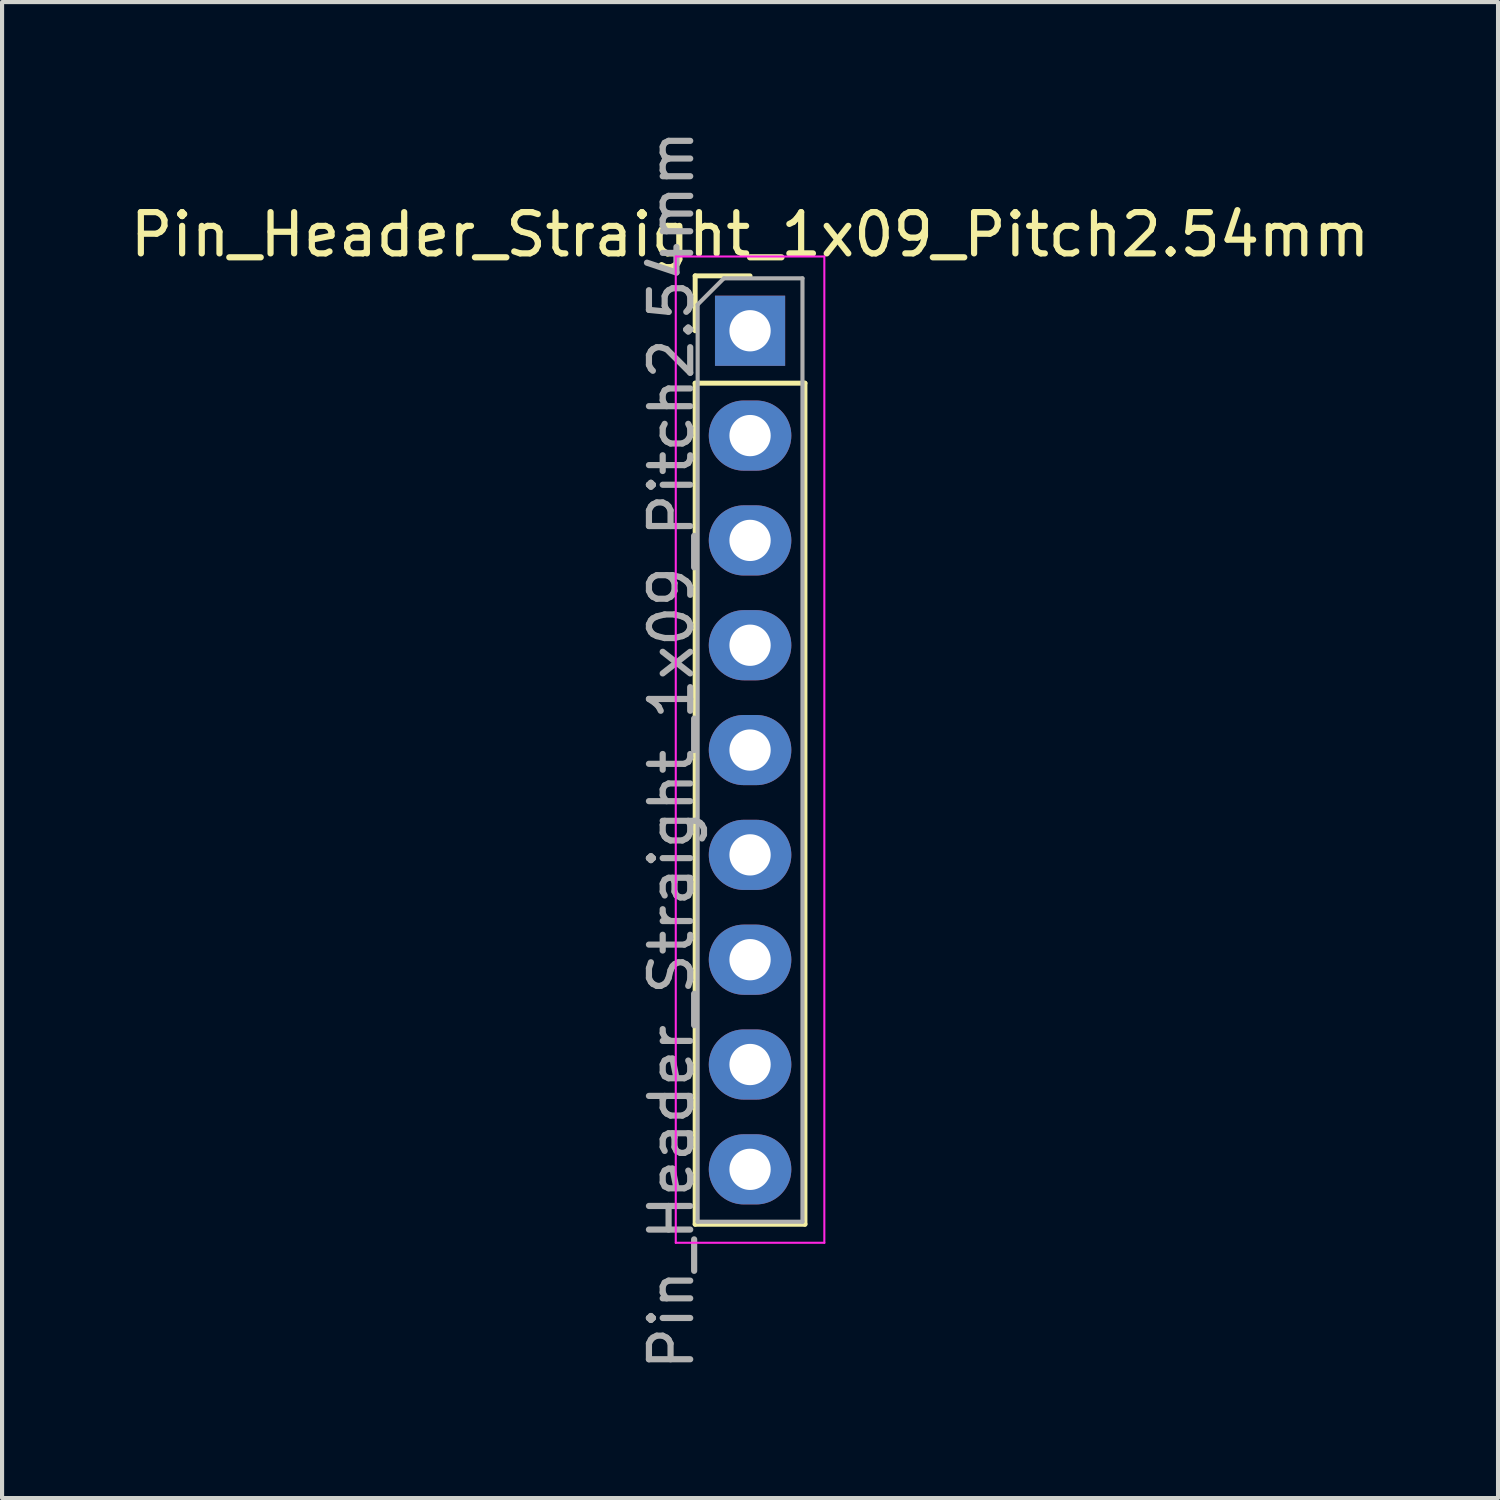
<source format=kicad_pcb>
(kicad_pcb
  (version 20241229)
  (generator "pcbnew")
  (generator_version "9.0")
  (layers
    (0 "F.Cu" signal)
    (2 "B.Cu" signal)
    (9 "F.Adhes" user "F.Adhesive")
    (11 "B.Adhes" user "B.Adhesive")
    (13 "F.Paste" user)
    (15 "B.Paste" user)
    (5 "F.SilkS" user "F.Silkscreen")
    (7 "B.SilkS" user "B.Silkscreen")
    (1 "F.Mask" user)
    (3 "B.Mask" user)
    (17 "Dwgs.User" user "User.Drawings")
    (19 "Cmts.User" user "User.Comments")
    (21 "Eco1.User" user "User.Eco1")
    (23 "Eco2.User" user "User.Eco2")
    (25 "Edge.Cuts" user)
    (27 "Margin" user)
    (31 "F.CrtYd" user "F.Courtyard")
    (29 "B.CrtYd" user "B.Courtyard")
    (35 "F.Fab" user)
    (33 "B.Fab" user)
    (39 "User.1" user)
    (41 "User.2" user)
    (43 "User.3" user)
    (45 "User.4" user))
  (footprint "Pin_Header_Straight_1x09_Pitch2.54mm"
    (layer "F.Cu")
    (at 15.125 4.965)
    (property "Reference" "Pin_Header_Straight_1x09_Pitch2.54mm" (at 0 -2.33 0) (layer "F.SilkS") (effects (font (size 1 1) (thickness 0.15))))
    (attr through_hole)
    (fp_line (start -1.33 -1.33) (end 0 -1.33) (stroke (width 0.12) (type solid)) (layer "F.SilkS"))
    (fp_line (start -1.33 0) (end -1.33 -1.33) (stroke (width 0.12) (type solid)) (layer "F.SilkS"))
    (fp_line (start -1.33 1.27) (end -1.33 21.65) (stroke (width 0.12) (type solid)) (layer "F.SilkS"))
    (fp_line (start -1.33 1.27) (end 1.33 1.27) (stroke (width 0.12) (type solid)) (layer "F.SilkS"))
    (fp_line (start -1.33 21.65) (end 1.33 21.65) (stroke (width 0.12) (type solid)) (layer "F.SilkS"))
    (fp_line (start 1.33 1.27) (end 1.33 21.65) (stroke (width 0.12) (type solid)) (layer "F.SilkS"))
    (fp_line (start -1.8 -1.8) (end -1.8 22.1) (stroke (width 0.05) (type solid)) (layer "F.CrtYd"))
    (fp_line (start -1.8 22.1) (end 1.8 22.1) (stroke (width 0.05) (type solid)) (layer "F.CrtYd"))
    (fp_line (start 1.8 -1.8) (end -1.8 -1.8) (stroke (width 0.05) (type solid)) (layer "F.CrtYd"))
    (fp_line (start 1.8 22.1) (end 1.8 -1.8) (stroke (width 0.05) (type solid)) (layer "F.CrtYd"))
    (fp_line (start -1.27 -0.635) (end -0.635 -1.27) (stroke (width 0.1) (type solid)) (layer "F.Fab"))
    (fp_line (start -1.27 21.59) (end -1.27 -0.635) (stroke (width 0.1) (type solid)) (layer "F.Fab"))
    (fp_line (start -0.635 -1.27) (end 1.27 -1.27) (stroke (width 0.1) (type solid)) (layer "F.Fab"))
    (fp_line (start 1.27 -1.27) (end 1.27 21.59) (stroke (width 0.1) (type solid)) (layer "F.Fab"))
    (fp_line (start 1.27 21.59) (end -1.27 21.59) (stroke (width 0.1) (type solid)) (layer "F.Fab"))
    (fp_text user "${REFERENCE}" (at -1.905 10.16 90) (layer "F.Fab") (effects (font (size 1 1) (thickness 0.15))))
    (pad "1" thru_hole rect (at 0 0) (size 1.7 1.7) (drill 1) (layers "*.Cu" "*.Mask"))
    (pad "2" thru_hole oval (at 0 2.54) (size 2 1.7) (drill 1) (layers "*.Cu" "*.Mask"))
    (pad "3" thru_hole oval (at 0 5.08) (size 2 1.7) (drill 1) (layers "*.Cu" "*.Mask"))
    (pad "4" thru_hole oval (at 0 7.62) (size 2 1.7) (drill 1) (layers "*.Cu" "*.Mask"))
    (pad "5" thru_hole oval (at 0 10.16) (size 2 1.7) (drill 1) (layers "*.Cu" "*.Mask"))
    (pad "6" thru_hole oval (at 0 12.7) (size 2 1.7) (drill 1) (layers "*.Cu" "*.Mask"))
    (pad "7" thru_hole oval (at 0 15.24) (size 2 1.7) (drill 1) (layers "*.Cu" "*.Mask"))
    (pad "8" thru_hole oval (at 0 17.78) (size 2 1.7) (drill 1) (layers "*.Cu" "*.Mask"))
    (pad "9" thru_hole oval (at 0 20.32) (size 2 1.7) (drill 1) (layers "*.Cu" "*.Mask")))
  (gr_rect
    (start -3 -3)
    (end 33.25 33.25)
    (stroke (width 0.1) (type default))
    (fill no)
    (layer "Edge.Cuts")))
</source>
